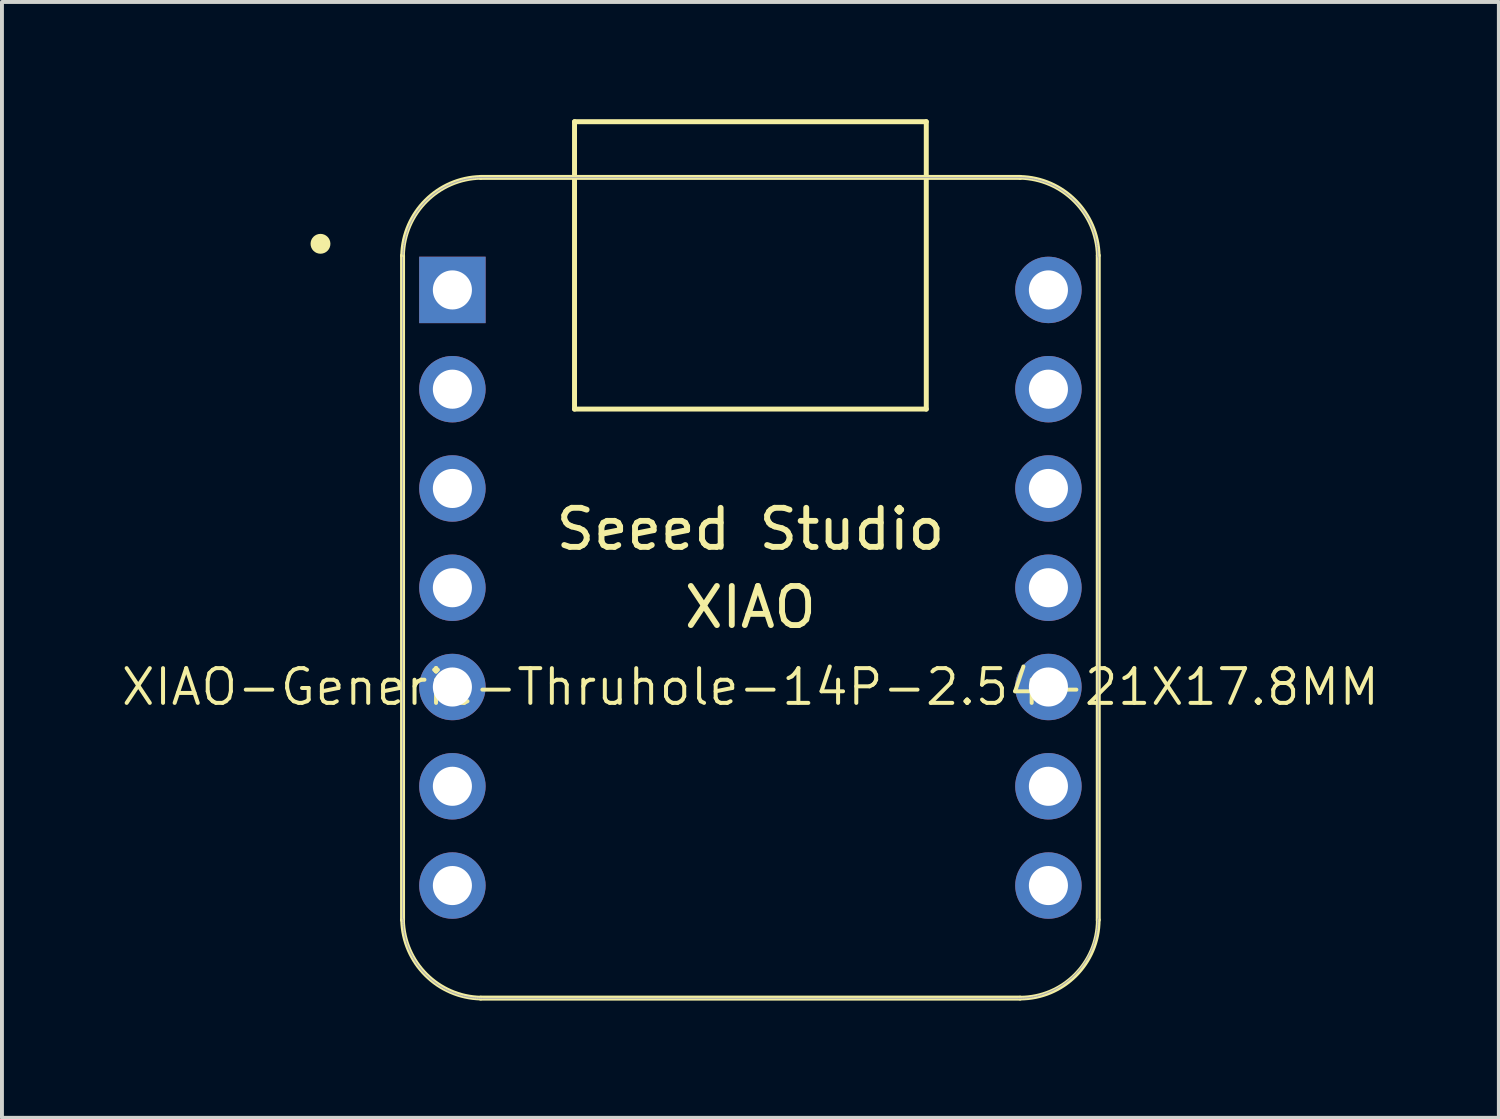
<source format=kicad_pcb>
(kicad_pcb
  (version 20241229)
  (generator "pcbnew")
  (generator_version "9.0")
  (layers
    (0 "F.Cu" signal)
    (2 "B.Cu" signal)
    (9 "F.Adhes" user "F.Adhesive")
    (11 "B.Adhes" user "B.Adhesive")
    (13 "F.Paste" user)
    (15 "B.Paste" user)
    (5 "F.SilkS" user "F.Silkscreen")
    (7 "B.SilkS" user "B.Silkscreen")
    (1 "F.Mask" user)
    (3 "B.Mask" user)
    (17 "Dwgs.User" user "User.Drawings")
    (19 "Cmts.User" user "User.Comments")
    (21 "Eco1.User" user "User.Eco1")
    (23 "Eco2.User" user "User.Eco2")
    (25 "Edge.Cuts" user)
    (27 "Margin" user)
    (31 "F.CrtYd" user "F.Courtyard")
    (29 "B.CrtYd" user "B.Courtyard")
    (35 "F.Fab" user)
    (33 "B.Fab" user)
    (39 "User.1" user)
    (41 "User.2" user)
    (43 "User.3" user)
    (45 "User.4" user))
  (footprint "XIAO-Generic-Thruhole-14P-2.54-21X17.8MM"
    (layer "F.Cu")
    (at 16.15 11.988)
    (property "Reference" "XIAO-Generic-Thruhole-14P-2.54-21X17.8MM" (at 0 2.54 0) (layer "F.SilkS") (effects (font (size 0.889 0.889) (thickness 0.102))))
    (attr smd)
    (fp_line (start -8.9 -8.5) (end -8.9 8.5) (stroke (width 0.127) (type solid)) (layer "F.SilkS"))
    (fp_line (start -6.9 10.5) (end 6.9 10.5) (stroke (width 0.127) (type solid)) (layer "F.SilkS"))
    (fp_line (start -4.5 -11.924) (end 4.5 -11.924) (stroke (width 0.127) (type solid)) (layer "F.SilkS"))
    (fp_line (start -4.5 -4.571) (end -4.5 -11.924) (stroke (width 0.127) (type solid)) (layer "F.SilkS"))
    (fp_line (start 4.5 -11.924) (end 4.5 -4.571) (stroke (width 0.127) (type solid)) (layer "F.SilkS"))
    (fp_line (start 4.5 -4.571) (end -4.5 -4.571) (stroke (width 0.127) (type solid)) (layer "F.SilkS"))
    (fp_line (start 6.9 -10.499) (end -6.9 -10.499) (stroke (width 0.127) (type solid)) (layer "F.SilkS"))
    (fp_line (start 8.9 8.5) (end 8.9 -8.5) (stroke (width 0.127) (type solid)) (layer "F.SilkS"))
    (fp_arc (start -8.9 -8.5) (mid -8.301491 -9.901491) (end -6.9 -10.5) (stroke (width 0.12) (type solid)) (layer "F.SilkS"))
    (fp_arc (start -6.9 10.5) (mid -8.301423 9.901423) (end -8.9 8.5) (stroke (width 0.12) (type solid)) (layer "F.SilkS"))
    (fp_arc (start 6.9 -10.5) (mid 8.301494 -9.901494) (end 8.9 -8.5) (stroke (width 0.12) (type solid)) (layer "F.SilkS"))
    (fp_arc (start 8.9 8.5) (mid 8.314214 9.914214) (end 6.9 10.5) (stroke (width 0.12) (type solid)) (layer "F.SilkS"))
    (fp_circle (center -11 -8.8) (end -11 -9.054) (stroke (width 0) (type solid)) (fill yes) (layer "F.SilkS"))
    (fp_poly (pts (xy -8.888 -8.562) (xy -8.885 -8.61) (xy -8.881 -8.659)) (stroke (width 0.025) (type solid)) (fill no) (layer "F.SilkS"))
    (fp_poly (pts (xy 8.889 8.522) (xy 8.888 8.571) (xy 8.885 8.62) (xy 8.881 8.669) (xy 8.875 8.717) (xy 8.869 8.766) (xy 8.861 8.815) (xy 8.852 8.863) (xy 8.842 8.911)) (stroke (width 0.025) (type solid)) (fill no) (layer "F.SilkS"))
    (fp_line (start -8.9 -8.463) (end -8.9 8.473) (stroke (width 0.025) (type solid)) (layer "F.Fab"))
    (fp_line (start -8.89 8.473) (end -8.889 8.522) (stroke (width 0.025) (type solid)) (layer "F.Fab"))
    (fp_line (start -8.889 8.522) (end -8.888 8.571) (stroke (width 0.025) (type solid)) (layer "F.Fab"))
    (fp_line (start -8.888 -8.562) (end -8.889 -8.512) (stroke (width 0.025) (type solid)) (layer "F.Fab"))
    (fp_line (start -8.888 8.571) (end -8.885 8.62) (stroke (width 0.025) (type solid)) (layer "F.Fab"))
    (fp_line (start -8.885 -8.61) (end -8.888 -8.562) (stroke (width 0.025) (type solid)) (layer "F.Fab"))
    (fp_line (start -8.885 8.62) (end -8.881 8.669) (stroke (width 0.025) (type solid)) (layer "F.Fab"))
    (fp_line (start -8.881 -8.659) (end -8.885 -8.61) (stroke (width 0.025) (type solid)) (layer "F.Fab"))
    (fp_line (start -8.881 8.669) (end -8.875 8.717) (stroke (width 0.025) (type solid)) (layer "F.Fab"))
    (fp_line (start -8.875 -8.708) (end -8.881 -8.659) (stroke (width 0.025) (type solid)) (layer "F.Fab"))
    (fp_line (start -8.875 8.717) (end -8.869 8.766) (stroke (width 0.025) (type solid)) (layer "F.Fab"))
    (fp_line (start -8.869 -8.757) (end -8.875 -8.708) (stroke (width 0.025) (type solid)) (layer "F.Fab"))
    (fp_line (start -8.869 8.766) (end -8.861 8.815) (stroke (width 0.025) (type solid)) (layer "F.Fab"))
    (fp_line (start -8.861 -8.806) (end -8.869 -8.757) (stroke (width 0.025) (type solid)) (layer "F.Fab"))
    (fp_line (start -8.861 8.815) (end -8.852 8.863) (stroke (width 0.025) (type solid)) (layer "F.Fab"))
    (fp_line (start -8.852 -8.854) (end -8.861 -8.806) (stroke (width 0.025) (type solid)) (layer "F.Fab"))
    (fp_line (start -8.852 8.863) (end -8.842 8.911) (stroke (width 0.025) (type solid)) (layer "F.Fab"))
    (fp_line (start -8.842 -8.902) (end -8.852 -8.854) (stroke (width 0.025) (type solid)) (layer "F.Fab"))
    (fp_line (start -8.842 8.911) (end -8.831 8.959) (stroke (width 0.025) (type solid)) (layer "F.Fab"))
    (fp_line (start -8.831 -8.95) (end -8.842 -8.902) (stroke (width 0.025) (type solid)) (layer "F.Fab"))
    (fp_line (start -8.831 8.959) (end -8.819 9.006) (stroke (width 0.025) (type solid)) (layer "F.Fab"))
    (fp_line (start -8.819 -8.997) (end -8.831 -8.95) (stroke (width 0.025) (type solid)) (layer "F.Fab"))
    (fp_line (start -8.819 9.006) (end -8.805 9.054) (stroke (width 0.025) (type solid)) (layer "F.Fab"))
    (fp_line (start -8.805 -9.045) (end -8.819 -8.997) (stroke (width 0.025) (type solid)) (layer "F.Fab"))
    (fp_line (start -8.805 9.054) (end -8.79 9.1) (stroke (width 0.025) (type solid)) (layer "F.Fab"))
    (fp_line (start -8.79 -9.091) (end -8.805 -9.045) (stroke (width 0.025) (type solid)) (layer "F.Fab"))
    (fp_line (start -8.79 9.1) (end -8.775 9.147) (stroke (width 0.025) (type solid)) (layer "F.Fab"))
    (fp_line (start -8.775 -9.138) (end -8.79 -9.091) (stroke (width 0.025) (type solid)) (layer "F.Fab"))
    (fp_line (start -8.775 9.147) (end -8.758 9.193) (stroke (width 0.025) (type solid)) (layer "F.Fab"))
    (fp_line (start -8.758 -9.184) (end -8.775 -9.138) (stroke (width 0.025) (type solid)) (layer "F.Fab"))
    (fp_line (start -8.758 9.193) (end -8.74 9.239) (stroke (width 0.025) (type solid)) (layer "F.Fab"))
    (fp_line (start -8.74 -9.23) (end -8.758 -9.184) (stroke (width 0.025) (type solid)) (layer "F.Fab"))
    (fp_line (start -8.74 9.239) (end -8.721 9.284) (stroke (width 0.025) (type solid)) (layer "F.Fab"))
    (fp_line (start -8.721 -9.275) (end -8.74 -9.23) (stroke (width 0.025) (type solid)) (layer "F.Fab"))
    (fp_line (start -8.721 9.284) (end -8.701 9.329) (stroke (width 0.025) (type solid)) (layer "F.Fab"))
    (fp_line (start -8.701 -9.32) (end -8.721 -9.275) (stroke (width 0.025) (type solid)) (layer "F.Fab"))
    (fp_line (start -8.701 9.329) (end -8.679 9.373) (stroke (width 0.025) (type solid)) (layer "F.Fab"))
    (fp_line (start -8.679 -9.364) (end -8.701 -9.32) (stroke (width 0.025) (type solid)) (layer "F.Fab"))
    (fp_line (start -8.679 9.373) (end -8.657 9.417) (stroke (width 0.025) (type solid)) (layer "F.Fab"))
    (fp_line (start -8.657 -9.408) (end -8.679 -9.364) (stroke (width 0.025) (type solid)) (layer "F.Fab"))
    (fp_line (start -8.657 9.417) (end -8.634 9.46) (stroke (width 0.025) (type solid)) (layer "F.Fab"))
    (fp_line (start -8.634 -9.451) (end -8.657 -9.408) (stroke (width 0.025) (type solid)) (layer "F.Fab"))
    (fp_line (start -8.634 9.46) (end -8.61 9.503) (stroke (width 0.025) (type solid)) (layer "F.Fab"))
    (fp_line (start -8.61 -9.494) (end -8.634 -9.451) (stroke (width 0.025) (type solid)) (layer "F.Fab"))
    (fp_line (start -8.61 9.503) (end -8.584 9.545) (stroke (width 0.025) (type solid)) (layer "F.Fab"))
    (fp_line (start -8.584 -9.536) (end -8.61 -9.494) (stroke (width 0.025) (type solid)) (layer "F.Fab"))
    (fp_line (start -8.584 9.545) (end -8.558 9.586) (stroke (width 0.025) (type solid)) (layer "F.Fab"))
    (fp_line (start -8.558 -9.577) (end -8.584 -9.536) (stroke (width 0.025) (type solid)) (layer "F.Fab"))
    (fp_line (start -8.558 9.586) (end -8.53 9.627) (stroke (width 0.025) (type solid)) (layer "F.Fab"))
    (fp_line (start -8.53 -9.618) (end -8.558 -9.577) (stroke (width 0.025) (type solid)) (layer "F.Fab"))
    (fp_line (start -8.53 9.627) (end -8.502 9.667) (stroke (width 0.025) (type solid)) (layer "F.Fab"))
    (fp_line (start -8.502 -9.658) (end -8.53 -9.618) (stroke (width 0.025) (type solid)) (layer "F.Fab"))
    (fp_line (start -8.502 9.667) (end -8.473 9.706) (stroke (width 0.025) (type solid)) (layer "F.Fab"))
    (fp_line (start -8.473 -9.697) (end -8.502 -9.658) (stroke (width 0.025) (type solid)) (layer "F.Fab"))
    (fp_line (start -8.473 9.706) (end -8.442 9.745) (stroke (width 0.025) (type solid)) (layer "F.Fab"))
    (fp_line (start -8.442 -9.736) (end -8.473 -9.697) (stroke (width 0.025) (type solid)) (layer "F.Fab"))
    (fp_line (start -8.442 9.745) (end -8.411 9.783) (stroke (width 0.025) (type solid)) (layer "F.Fab"))
    (fp_line (start -8.411 -9.774) (end -8.442 -9.736) (stroke (width 0.025) (type solid)) (layer "F.Fab"))
    (fp_line (start -8.411 9.783) (end -8.379 9.82) (stroke (width 0.025) (type solid)) (layer "F.Fab"))
    (fp_line (start -8.379 -9.811) (end -8.411 -9.774) (stroke (width 0.025) (type solid)) (layer "F.Fab"))
    (fp_line (start -8.379 9.82) (end -8.346 9.856) (stroke (width 0.025) (type solid)) (layer "F.Fab"))
    (fp_line (start -8.346 -9.847) (end -8.379 -9.811) (stroke (width 0.025) (type solid)) (layer "F.Fab"))
    (fp_line (start -8.346 9.856) (end -8.312 9.892) (stroke (width 0.025) (type solid)) (layer "F.Fab"))
    (fp_line (start -8.312 -9.883) (end -8.346 -9.847) (stroke (width 0.025) (type solid)) (layer "F.Fab"))
    (fp_line (start -8.312 9.892) (end -8.277 9.927) (stroke (width 0.025) (type solid)) (layer "F.Fab"))
    (fp_line (start -8.277 -9.918) (end -8.312 -9.883) (stroke (width 0.025) (type solid)) (layer "F.Fab"))
    (fp_line (start -8.277 9.927) (end -8.242 9.96) (stroke (width 0.025) (type solid)) (layer "F.Fab"))
    (fp_line (start -8.242 -9.951) (end -8.277 -9.918) (stroke (width 0.025) (type solid)) (layer "F.Fab"))
    (fp_line (start -8.242 9.96) (end -8.205 9.994) (stroke (width 0.025) (type solid)) (layer "F.Fab"))
    (fp_line (start -8.205 -9.984) (end -8.242 -9.951) (stroke (width 0.025) (type solid)) (layer "F.Fab"))
    (fp_line (start -8.205 9.994) (end -8.168 10.026) (stroke (width 0.025) (type solid)) (layer "F.Fab"))
    (fp_line (start -8.168 -10.017) (end -8.205 -9.984) (stroke (width 0.025) (type solid)) (layer "F.Fab"))
    (fp_line (start -8.168 10.026) (end -8.13 10.057) (stroke (width 0.025) (type solid)) (layer "F.Fab"))
    (fp_line (start -8.13 -10.048) (end -8.168 -10.017) (stroke (width 0.025) (type solid)) (layer "F.Fab"))
    (fp_line (start -8.13 10.057) (end -8.092 10.087) (stroke (width 0.025) (type solid)) (layer "F.Fab"))
    (fp_line (start -8.092 -10.078) (end -8.13 -10.048) (stroke (width 0.025) (type solid)) (layer "F.Fab"))
    (fp_line (start -8.092 10.087) (end -8.052 10.116) (stroke (width 0.025) (type solid)) (layer "F.Fab"))
    (fp_line (start -8.052 -10.107) (end -8.092 -10.078) (stroke (width 0.025) (type solid)) (layer "F.Fab"))
    (fp_line (start -8.052 10.116) (end -8.012 10.145) (stroke (width 0.025) (type solid)) (layer "F.Fab"))
    (fp_line (start -8.012 -10.136) (end -8.052 -10.107) (stroke (width 0.025) (type solid)) (layer "F.Fab"))
    (fp_line (start -8.012 10.145) (end -7.972 10.172) (stroke (width 0.025) (type solid)) (layer "F.Fab"))
    (fp_line (start -7.972 -10.163) (end -8.012 -10.136) (stroke (width 0.025) (type solid)) (layer "F.Fab"))
    (fp_line (start -7.972 10.172) (end -7.93 10.199) (stroke (width 0.025) (type solid)) (layer "F.Fab"))
    (fp_line (start -7.93 -10.19) (end -7.972 -10.163) (stroke (width 0.025) (type solid)) (layer "F.Fab"))
    (fp_line (start -7.93 10.199) (end -7.888 10.224) (stroke (width 0.025) (type solid)) (layer "F.Fab"))
    (fp_line (start -7.888 -10.215) (end -7.93 -10.19) (stroke (width 0.025) (type solid)) (layer "F.Fab"))
    (fp_line (start -7.888 10.224) (end -7.846 10.249) (stroke (width 0.025) (type solid)) (layer "F.Fab"))
    (fp_line (start -7.846 -10.239) (end -7.888 -10.215) (stroke (width 0.025) (type solid)) (layer "F.Fab"))
    (fp_line (start -7.846 10.249) (end -7.802 10.272) (stroke (width 0.025) (type solid)) (layer "F.Fab"))
    (fp_line (start -7.802 -10.263) (end -7.846 -10.239) (stroke (width 0.025) (type solid)) (layer "F.Fab"))
    (fp_line (start -7.802 10.272) (end -7.759 10.294) (stroke (width 0.025) (type solid)) (layer "F.Fab"))
    (fp_line (start -7.759 -10.285) (end -7.802 -10.263) (stroke (width 0.025) (type solid)) (layer "F.Fab"))
    (fp_line (start -7.759 10.294) (end -7.714 10.315) (stroke (width 0.025) (type solid)) (layer "F.Fab"))
    (fp_line (start -7.714 -10.306) (end -7.759 -10.285) (stroke (width 0.025) (type solid)) (layer "F.Fab"))
    (fp_line (start -7.714 10.315) (end -7.67 10.335) (stroke (width 0.025) (type solid)) (layer "F.Fab"))
    (fp_line (start -7.67 -10.326) (end -7.714 -10.306) (stroke (width 0.025) (type solid)) (layer "F.Fab"))
    (fp_line (start -7.67 10.335) (end -7.624 10.354) (stroke (width 0.025) (type solid)) (layer "F.Fab"))
    (fp_line (start -7.624 -10.345) (end -7.67 -10.326) (stroke (width 0.025) (type solid)) (layer "F.Fab"))
    (fp_line (start -7.624 10.354) (end -7.579 10.372) (stroke (width 0.025) (type solid)) (layer "F.Fab"))
    (fp_line (start -7.579 -10.363) (end -7.624 -10.345) (stroke (width 0.025) (type solid)) (layer "F.Fab"))
    (fp_line (start -7.579 10.372) (end -7.532 10.389) (stroke (width 0.025) (type solid)) (layer "F.Fab"))
    (fp_line (start -7.532 -10.38) (end -7.579 -10.363) (stroke (width 0.025) (type solid)) (layer "F.Fab"))
    (fp_line (start -7.532 10.389) (end -7.486 10.405) (stroke (width 0.025) (type solid)) (layer "F.Fab"))
    (fp_line (start -7.486 -10.396) (end -7.532 -10.38) (stroke (width 0.025) (type solid)) (layer "F.Fab"))
    (fp_line (start -7.486 10.405) (end -7.439 10.42) (stroke (width 0.025) (type solid)) (layer "F.Fab"))
    (fp_line (start -7.439 -10.411) (end -7.486 -10.396) (stroke (width 0.025) (type solid)) (layer "F.Fab"))
    (fp_line (start -7.439 10.42) (end -7.392 10.433) (stroke (width 0.025) (type solid)) (layer "F.Fab"))
    (fp_line (start -7.392 -10.424) (end -7.439 -10.411) (stroke (width 0.025) (type solid)) (layer "F.Fab"))
    (fp_line (start -7.392 10.433) (end -7.344 10.446) (stroke (width 0.025) (type solid)) (layer "F.Fab"))
    (fp_line (start -7.344 -10.436) (end -7.392 -10.424) (stroke (width 0.025) (type solid)) (layer "F.Fab"))
    (fp_line (start -7.344 10.446) (end -7.296 10.457) (stroke (width 0.025) (type solid)) (layer "F.Fab"))
    (fp_line (start -7.296 -10.448) (end -7.344 -10.436) (stroke (width 0.025) (type solid)) (layer "F.Fab"))
    (fp_line (start -7.296 10.457) (end -7.248 10.467) (stroke (width 0.025) (type solid)) (layer "F.Fab"))
    (fp_line (start -7.248 -10.458) (end -7.296 -10.448) (stroke (width 0.025) (type solid)) (layer "F.Fab"))
    (fp_line (start -7.248 10.467) (end -7.2 10.476) (stroke (width 0.025) (type solid)) (layer "F.Fab"))
    (fp_line (start -7.2 -10.466) (end -7.248 -10.458) (stroke (width 0.025) (type solid)) (layer "F.Fab"))
    (fp_line (start -7.2 10.476) (end -7.152 10.483) (stroke (width 0.025) (type solid)) (layer "F.Fab"))
    (fp_line (start -7.152 -10.474) (end -7.2 -10.466) (stroke (width 0.025) (type solid)) (layer "F.Fab"))
    (fp_line (start -7.152 10.483) (end -7.103 10.49) (stroke (width 0.025) (type solid)) (layer "F.Fab"))
    (fp_line (start -7.103 -10.481) (end -7.152 -10.474) (stroke (width 0.025) (type solid)) (layer "F.Fab"))
    (fp_line (start -7.103 10.49) (end -7.054 10.495) (stroke (width 0.025) (type solid)) (layer "F.Fab"))
    (fp_line (start -7.054 -10.486) (end -7.103 -10.481) (stroke (width 0.025) (type solid)) (layer "F.Fab"))
    (fp_line (start -7.054 10.495) (end -7.005 10.499) (stroke (width 0.025) (type solid)) (layer "F.Fab"))
    (fp_line (start -7.005 -10.49) (end -7.054 -10.486) (stroke (width 0.025) (type solid)) (layer "F.Fab"))
    (fp_line (start -7.005 10.499) (end -6.956 10.502) (stroke (width 0.025) (type solid)) (layer "F.Fab"))
    (fp_line (start -6.956 -10.493) (end -7.005 -10.49) (stroke (width 0.025) (type solid)) (layer "F.Fab"))
    (fp_line (start -6.956 10.502) (end -6.907 10.504) (stroke (width 0.025) (type solid)) (layer "F.Fab"))
    (fp_line (start -6.907 -10.495) (end -6.956 -10.493) (stroke (width 0.025) (type solid)) (layer "F.Fab"))
    (fp_line (start -6.907 10.504) (end -6.858 10.505) (stroke (width 0.025) (type solid)) (layer "F.Fab"))
    (fp_line (start -6.858 -10.495) (end -6.907 -10.495) (stroke (width 0.025) (type solid)) (layer "F.Fab"))
    (fp_line (start -6.858 10.505) (end 6.858 10.505) (stroke (width 0.025) (type solid)) (layer "F.Fab"))
    (fp_line (start 6.858 -10.495) (end -6.858 -10.495) (stroke (width 0.025) (type solid)) (layer "F.Fab"))
    (fp_line (start 6.858 10.505) (end 6.907 10.504) (stroke (width 0.025) (type solid)) (layer "F.Fab"))
    (fp_line (start 6.907 -10.495) (end 6.858 -10.495) (stroke (width 0.025) (type solid)) (layer "F.Fab"))
    (fp_line (start 6.907 10.504) (end 6.956 10.502) (stroke (width 0.025) (type solid)) (layer "F.Fab"))
    (fp_line (start 6.956 -10.493) (end 6.907 -10.495) (stroke (width 0.025) (type solid)) (layer "F.Fab"))
    (fp_line (start 6.956 10.502) (end 7.005 10.499) (stroke (width 0.025) (type solid)) (layer "F.Fab"))
    (fp_line (start 7.005 -10.49) (end 6.956 -10.493) (stroke (width 0.025) (type solid)) (layer "F.Fab"))
    (fp_line (start 7.005 10.499) (end 7.054 10.495) (stroke (width 0.025) (type solid)) (layer "F.Fab"))
    (fp_line (start 7.054 -10.486) (end 7.005 -10.49) (stroke (width 0.025) (type solid)) (layer "F.Fab"))
    (fp_line (start 7.054 10.495) (end 7.103 10.49) (stroke (width 0.025) (type solid)) (layer "F.Fab"))
    (fp_line (start 7.103 -10.481) (end 7.054 -10.486) (stroke (width 0.025) (type solid)) (layer "F.Fab"))
    (fp_line (start 7.103 10.49) (end 7.152 10.483) (stroke (width 0.025) (type solid)) (layer "F.Fab"))
    (fp_line (start 7.152 -10.474) (end 7.103 -10.481) (stroke (width 0.025) (type solid)) (layer "F.Fab"))
    (fp_line (start 7.152 10.483) (end 7.2 10.476) (stroke (width 0.025) (type solid)) (layer "F.Fab"))
    (fp_line (start 7.2 -10.466) (end 7.152 -10.474) (stroke (width 0.025) (type solid)) (layer "F.Fab"))
    (fp_line (start 7.2 10.476) (end 7.248 10.467) (stroke (width 0.025) (type solid)) (layer "F.Fab"))
    (fp_line (start 7.248 -10.458) (end 7.2 -10.466) (stroke (width 0.025) (type solid)) (layer "F.Fab"))
    (fp_line (start 7.248 10.467) (end 7.296 10.457) (stroke (width 0.025) (type solid)) (layer "F.Fab"))
    (fp_line (start 7.296 -10.448) (end 7.248 -10.458) (stroke (width 0.025) (type solid)) (layer "F.Fab"))
    (fp_line (start 7.296 10.457) (end 7.344 10.446) (stroke (width 0.025) (type solid)) (layer "F.Fab"))
    (fp_line (start 7.344 -10.436) (end 7.296 -10.448) (stroke (width 0.025) (type solid)) (layer "F.Fab"))
    (fp_line (start 7.344 10.446) (end 7.392 10.433) (stroke (width 0.025) (type solid)) (layer "F.Fab"))
    (fp_line (start 7.392 -10.424) (end 7.344 -10.436) (stroke (width 0.025) (type solid)) (layer "F.Fab"))
    (fp_line (start 7.392 10.433) (end 7.439 10.42) (stroke (width 0.025) (type solid)) (layer "F.Fab"))
    (fp_line (start 7.439 -10.411) (end 7.392 -10.424) (stroke (width 0.025) (type solid)) (layer "F.Fab"))
    (fp_line (start 7.439 10.42) (end 7.486 10.405) (stroke (width 0.025) (type solid)) (layer "F.Fab"))
    (fp_line (start 7.486 -10.396) (end 7.439 -10.411) (stroke (width 0.025) (type solid)) (layer "F.Fab"))
    (fp_line (start 7.486 10.405) (end 7.532 10.389) (stroke (width 0.025) (type solid)) (layer "F.Fab"))
    (fp_line (start 7.532 -10.38) (end 7.486 -10.396) (stroke (width 0.025) (type solid)) (layer "F.Fab"))
    (fp_line (start 7.532 10.389) (end 7.579 10.372) (stroke (width 0.025) (type solid)) (layer "F.Fab"))
    (fp_line (start 7.579 -10.363) (end 7.532 -10.38) (stroke (width 0.025) (type solid)) (layer "F.Fab"))
    (fp_line (start 7.579 10.372) (end 7.624 10.354) (stroke (width 0.025) (type solid)) (layer "F.Fab"))
    (fp_line (start 7.624 -10.345) (end 7.579 -10.363) (stroke (width 0.025) (type solid)) (layer "F.Fab"))
    (fp_line (start 7.624 10.354) (end 7.67 10.335) (stroke (width 0.025) (type solid)) (layer "F.Fab"))
    (fp_line (start 7.67 -10.326) (end 7.624 -10.345) (stroke (width 0.025) (type solid)) (layer "F.Fab"))
    (fp_line (start 7.67 10.335) (end 7.714 10.315) (stroke (width 0.025) (type solid)) (layer "F.Fab"))
    (fp_line (start 7.714 -10.306) (end 7.67 -10.326) (stroke (width 0.025) (type solid)) (layer "F.Fab"))
    (fp_line (start 7.714 10.315) (end 7.759 10.294) (stroke (width 0.025) (type solid)) (layer "F.Fab"))
    (fp_line (start 7.759 -10.285) (end 7.714 -10.306) (stroke (width 0.025) (type solid)) (layer "F.Fab"))
    (fp_line (start 7.759 10.294) (end 7.802 10.272) (stroke (width 0.025) (type solid)) (layer "F.Fab"))
    (fp_line (start 7.802 -10.263) (end 7.759 -10.285) (stroke (width 0.025) (type solid)) (layer "F.Fab"))
    (fp_line (start 7.802 10.272) (end 7.846 10.249) (stroke (width 0.025) (type solid)) (layer "F.Fab"))
    (fp_line (start 7.846 -10.239) (end 7.802 -10.263) (stroke (width 0.025) (type solid)) (layer "F.Fab"))
    (fp_line (start 7.846 10.249) (end 7.888 10.224) (stroke (width 0.025) (type solid)) (layer "F.Fab"))
    (fp_line (start 7.888 -10.215) (end 7.846 -10.239) (stroke (width 0.025) (type solid)) (layer "F.Fab"))
    (fp_line (start 7.888 10.224) (end 7.93 10.199) (stroke (width 0.025) (type solid)) (layer "F.Fab"))
    (fp_line (start 7.93 -10.19) (end 7.888 -10.215) (stroke (width 0.025) (type solid)) (layer "F.Fab"))
    (fp_line (start 7.93 10.199) (end 7.972 10.172) (stroke (width 0.025) (type solid)) (layer "F.Fab"))
    (fp_line (start 7.972 -10.163) (end 7.93 -10.19) (stroke (width 0.025) (type solid)) (layer "F.Fab"))
    (fp_line (start 7.972 10.172) (end 8.012 10.145) (stroke (width 0.025) (type solid)) (layer "F.Fab"))
    (fp_line (start 8.012 -10.136) (end 7.972 -10.163) (stroke (width 0.025) (type solid)) (layer "F.Fab"))
    (fp_line (start 8.012 10.145) (end 8.052 10.116) (stroke (width 0.025) (type solid)) (layer "F.Fab"))
    (fp_line (start 8.052 -10.107) (end 8.012 -10.136) (stroke (width 0.025) (type solid)) (layer "F.Fab"))
    (fp_line (start 8.052 10.116) (end 8.092 10.087) (stroke (width 0.025) (type solid)) (layer "F.Fab"))
    (fp_line (start 8.092 -10.078) (end 8.052 -10.107) (stroke (width 0.025) (type solid)) (layer "F.Fab"))
    (fp_line (start 8.092 10.087) (end 8.13 10.057) (stroke (width 0.025) (type solid)) (layer "F.Fab"))
    (fp_line (start 8.13 -10.048) (end 8.092 -10.078) (stroke (width 0.025) (type solid)) (layer "F.Fab"))
    (fp_line (start 8.13 10.057) (end 8.168 10.026) (stroke (width 0.025) (type solid)) (layer "F.Fab"))
    (fp_line (start 8.168 -10.017) (end 8.13 -10.048) (stroke (width 0.025) (type solid)) (layer "F.Fab"))
    (fp_line (start 8.168 10.026) (end 8.205 9.994) (stroke (width 0.025) (type solid)) (layer "F.Fab"))
    (fp_line (start 8.205 -9.984) (end 8.168 -10.017) (stroke (width 0.025) (type solid)) (layer "F.Fab"))
    (fp_line (start 8.205 9.994) (end 8.242 9.96) (stroke (width 0.025) (type solid)) (layer "F.Fab"))
    (fp_line (start 8.242 -9.951) (end 8.205 -9.984) (stroke (width 0.025) (type solid)) (layer "F.Fab"))
    (fp_line (start 8.242 9.96) (end 8.277 9.927) (stroke (width 0.025) (type solid)) (layer "F.Fab"))
    (fp_line (start 8.277 -9.918) (end 8.242 -9.951) (stroke (width 0.025) (type solid)) (layer "F.Fab"))
    (fp_line (start 8.277 9.927) (end 8.312 9.892) (stroke (width 0.025) (type solid)) (layer "F.Fab"))
    (fp_line (start 8.312 -9.883) (end 8.277 -9.918) (stroke (width 0.025) (type solid)) (layer "F.Fab"))
    (fp_line (start 8.312 9.892) (end 8.346 9.856) (stroke (width 0.025) (type solid)) (layer "F.Fab"))
    (fp_line (start 8.346 -9.847) (end 8.312 -9.883) (stroke (width 0.025) (type solid)) (layer "F.Fab"))
    (fp_line (start 8.346 9.856) (end 8.379 9.82) (stroke (width 0.025) (type solid)) (layer "F.Fab"))
    (fp_line (start 8.379 -9.811) (end 8.346 -9.847) (stroke (width 0.025) (type solid)) (layer "F.Fab"))
    (fp_line (start 8.379 9.82) (end 8.411 9.783) (stroke (width 0.025) (type solid)) (layer "F.Fab"))
    (fp_line (start 8.411 -9.774) (end 8.379 -9.811) (stroke (width 0.025) (type solid)) (layer "F.Fab"))
    (fp_line (start 8.411 9.783) (end 8.442 9.745) (stroke (width 0.025) (type solid)) (layer "F.Fab"))
    (fp_line (start 8.442 -9.736) (end 8.411 -9.774) (stroke (width 0.025) (type solid)) (layer "F.Fab"))
    (fp_line (start 8.442 9.745) (end 8.473 9.706) (stroke (width 0.025) (type solid)) (layer "F.Fab"))
    (fp_line (start 8.473 -9.697) (end 8.442 -9.736) (stroke (width 0.025) (type solid)) (layer "F.Fab"))
    (fp_line (start 8.473 9.706) (end 8.502 9.667) (stroke (width 0.025) (type solid)) (layer "F.Fab"))
    (fp_line (start 8.502 -9.658) (end 8.473 -9.697) (stroke (width 0.025) (type solid)) (layer "F.Fab"))
    (fp_line (start 8.502 9.667) (end 8.53 9.627) (stroke (width 0.025) (type solid)) (layer "F.Fab"))
    (fp_line (start 8.53 -9.618) (end 8.502 -9.658) (stroke (width 0.025) (type solid)) (layer "F.Fab"))
    (fp_line (start 8.53 9.627) (end 8.558 9.586) (stroke (width 0.025) (type solid)) (layer "F.Fab"))
    (fp_line (start 8.558 -9.577) (end 8.53 -9.618) (stroke (width 0.025) (type solid)) (layer "F.Fab"))
    (fp_line (start 8.558 9.586) (end 8.584 9.545) (stroke (width 0.025) (type solid)) (layer "F.Fab"))
    (fp_line (start 8.584 -9.536) (end 8.558 -9.577) (stroke (width 0.025) (type solid)) (layer "F.Fab"))
    (fp_line (start 8.584 9.545) (end 8.61 9.503) (stroke (width 0.025) (type solid)) (layer "F.Fab"))
    (fp_line (start 8.61 -9.494) (end 8.584 -9.536) (stroke (width 0.025) (type solid)) (layer "F.Fab"))
    (fp_line (start 8.61 9.503) (end 8.634 9.46) (stroke (width 0.025) (type solid)) (layer "F.Fab"))
    (fp_line (start 8.634 -9.451) (end 8.61 -9.494) (stroke (width 0.025) (type solid)) (layer "F.Fab"))
    (fp_line (start 8.634 9.46) (end 8.657 9.417) (stroke (width 0.025) (type solid)) (layer "F.Fab"))
    (fp_line (start 8.657 -9.408) (end 8.634 -9.451) (stroke (width 0.025) (type solid)) (layer "F.Fab"))
    (fp_line (start 8.657 9.417) (end 8.679 9.373) (stroke (width 0.025) (type solid)) (layer "F.Fab"))
    (fp_line (start 8.679 -9.364) (end 8.657 -9.408) (stroke (width 0.025) (type solid)) (layer "F.Fab"))
    (fp_line (start 8.679 9.373) (end 8.701 9.329) (stroke (width 0.025) (type solid)) (layer "F.Fab"))
    (fp_line (start 8.701 -9.32) (end 8.679 -9.364) (stroke (width 0.025) (type solid)) (layer "F.Fab"))
    (fp_line (start 8.701 9.329) (end 8.721 9.284) (stroke (width 0.025) (type solid)) (layer "F.Fab"))
    (fp_line (start 8.721 -9.275) (end 8.701 -9.32) (stroke (width 0.025) (type solid)) (layer "F.Fab"))
    (fp_line (start 8.721 9.284) (end 8.74 9.239) (stroke (width 0.025) (type solid)) (layer "F.Fab"))
    (fp_line (start 8.74 -9.23) (end 8.721 -9.275) (stroke (width 0.025) (type solid)) (layer "F.Fab"))
    (fp_line (start 8.74 9.239) (end 8.758 9.193) (stroke (width 0.025) (type solid)) (layer "F.Fab"))
    (fp_line (start 8.758 -9.184) (end 8.74 -9.23) (stroke (width 0.025) (type solid)) (layer "F.Fab"))
    (fp_line (start 8.758 9.193) (end 8.775 9.147) (stroke (width 0.025) (type solid)) (layer "F.Fab"))
    (fp_line (start 8.775 -9.138) (end 8.758 -9.184) (stroke (width 0.025) (type solid)) (layer "F.Fab"))
    (fp_line (start 8.775 9.147) (end 8.79 9.1) (stroke (width 0.025) (type solid)) (layer "F.Fab"))
    (fp_line (start 8.79 -9.091) (end 8.775 -9.138) (stroke (width 0.025) (type solid)) (layer "F.Fab"))
    (fp_line (start 8.79 9.1) (end 8.805 9.054) (stroke (width 0.025) (type solid)) (layer "F.Fab"))
    (fp_line (start 8.805 -9.045) (end 8.79 -9.091) (stroke (width 0.025) (type solid)) (layer "F.Fab"))
    (fp_line (start 8.805 9.054) (end 8.819 9.006) (stroke (width 0.025) (type solid)) (layer "F.Fab"))
    (fp_line (start 8.819 -8.997) (end 8.805 -9.045) (stroke (width 0.025) (type solid)) (layer "F.Fab"))
    (fp_line (start 8.819 9.006) (end 8.831 8.959) (stroke (width 0.025) (type solid)) (layer "F.Fab"))
    (fp_line (start 8.831 -8.95) (end 8.819 -8.997) (stroke (width 0.025) (type solid)) (layer "F.Fab"))
    (fp_line (start 8.831 8.959) (end 8.842 8.911) (stroke (width 0.025) (type solid)) (layer "F.Fab"))
    (fp_line (start 8.842 -8.902) (end 8.831 -8.95) (stroke (width 0.025) (type solid)) (layer "F.Fab"))
    (fp_line (start 8.842 8.911) (end 8.852 8.863) (stroke (width 0.025) (type solid)) (layer "F.Fab"))
    (fp_line (start 8.852 -8.854) (end 8.842 -8.902) (stroke (width 0.025) (type solid)) (layer "F.Fab"))
    (fp_line (start 8.852 8.863) (end 8.861 8.815) (stroke (width 0.025) (type solid)) (layer "F.Fab"))
    (fp_line (start 8.861 -8.806) (end 8.852 -8.854) (stroke (width 0.025) (type solid)) (layer "F.Fab"))
    (fp_line (start 8.861 8.815) (end 8.869 8.766) (stroke (width 0.025) (type solid)) (layer "F.Fab"))
    (fp_line (start 8.869 -8.757) (end 8.861 -8.806) (stroke (width 0.025) (type solid)) (layer "F.Fab"))
    (fp_line (start 8.869 8.766) (end 8.875 8.717) (stroke (width 0.025) (type solid)) (layer "F.Fab"))
    (fp_line (start 8.875 -8.708) (end 8.869 -8.757) (stroke (width 0.025) (type solid)) (layer "F.Fab"))
    (fp_line (start 8.875 8.717) (end 8.881 8.669) (stroke (width 0.025) (type solid)) (layer "F.Fab"))
    (fp_line (start 8.881 -8.659) (end 8.875 -8.708) (stroke (width 0.025) (type solid)) (layer "F.Fab"))
    (fp_line (start 8.881 8.669) (end 8.885 8.62) (stroke (width 0.025) (type solid)) (layer "F.Fab"))
    (fp_line (start 8.885 -8.61) (end 8.881 -8.659) (stroke (width 0.025) (type solid)) (layer "F.Fab"))
    (fp_line (start 8.885 8.62) (end 8.888 8.571) (stroke (width 0.025) (type solid)) (layer "F.Fab"))
    (fp_line (start 8.888 -8.562) (end 8.885 -8.61) (stroke (width 0.025) (type solid)) (layer "F.Fab"))
    (fp_line (start 8.888 8.571) (end 8.889 8.522) (stroke (width 0.025) (type solid)) (layer "F.Fab"))
    (fp_line (start 8.889 -8.512) (end 8.888 -8.562) (stroke (width 0.025) (type solid)) (layer "F.Fab"))
    (fp_line (start 8.889 8.522) (end 8.89 8.473) (stroke (width 0.025) (type solid)) (layer "F.Fab"))
    (fp_line (start 8.89 -8.463) (end 8.889 -8.512) (stroke (width 0.025) (type solid)) (layer "F.Fab"))
    (fp_line (start 8.9 8.473) (end 8.9 -8.463) (stroke (width 0.025) (type solid)) (layer "F.Fab"))
    (fp_text user "Seeed Studio" (at 0 -1.5 0) (unlocked yes) (layer "F.SilkS") (effects (font (size 1 1) (thickness 0.15))))
    (fp_text user "XIAO" (at 0 0.5 0) (unlocked yes) (layer "F.SilkS") (effects (font (size 1 1) (thickness 0.15))))
    (pad "1" thru_hole rect (at -7.625 -7.62) (size 1.7 1.7) (drill 1) (layers "*.Cu" "*.Mask"))
    (pad "2" thru_hole circle (at -7.625 -5.08) (size 1.7 1.7) (drill 1) (layers "*.Cu" "*.Mask"))
    (pad "3" thru_hole circle (at -7.625 -2.54) (size 1.7 1.7) (drill 1) (layers "*.Cu" "*.Mask"))
    (pad "4" thru_hole circle (at -7.625 0) (size 1.7 1.7) (drill 1) (layers "*.Cu" "*.Mask"))
    (pad "5" thru_hole circle (at -7.625 2.54) (size 1.7 1.7) (drill 1) (layers "*.Cu" "*.Mask"))
    (pad "6" thru_hole circle (at -7.625 5.08 180) (size 1.7 1.7) (drill 1) (layers "*.Cu" "*.Mask"))
    (pad "7" thru_hole circle (at -7.625 7.62) (size 1.7 1.7) (drill 1) (layers "*.Cu" "*.Mask"))
    (pad "8" thru_hole circle (at 7.625 7.62) (size 1.7 1.7) (drill 1) (layers "*.Cu" "*.Mask"))
    (pad "9" thru_hole circle (at 7.625 5.08) (size 1.7 1.7) (drill 1) (layers "*.Cu" "*.Mask"))
    (pad "10" thru_hole circle (at 7.625 2.54) (size 1.7 1.7) (drill 1) (layers "*.Cu" "*.Mask"))
    (pad "11" thru_hole circle (at 7.625 0) (size 1.7 1.7) (drill 1) (layers "*.Cu" "*.Mask"))
    (pad "12" thru_hole circle (at 7.625 -2.54) (size 1.7 1.7) (drill 1) (layers "*.Cu" "*.Mask"))
    (pad "13" thru_hole circle (at 7.625 -5.08) (size 1.7 1.7) (drill 1) (layers "*.Cu" "*.Mask"))
    (pad "14" thru_hole circle (at 7.625 -7.62) (size 1.7 1.7) (drill 1) (layers "*.Cu" "*.Mask")))
  (gr_rect
    (start -3 -3)
    (end 35.3 25.551)
    (stroke (width 0.1) (type default))
    (fill no)
    (layer "Edge.Cuts")))
</source>
